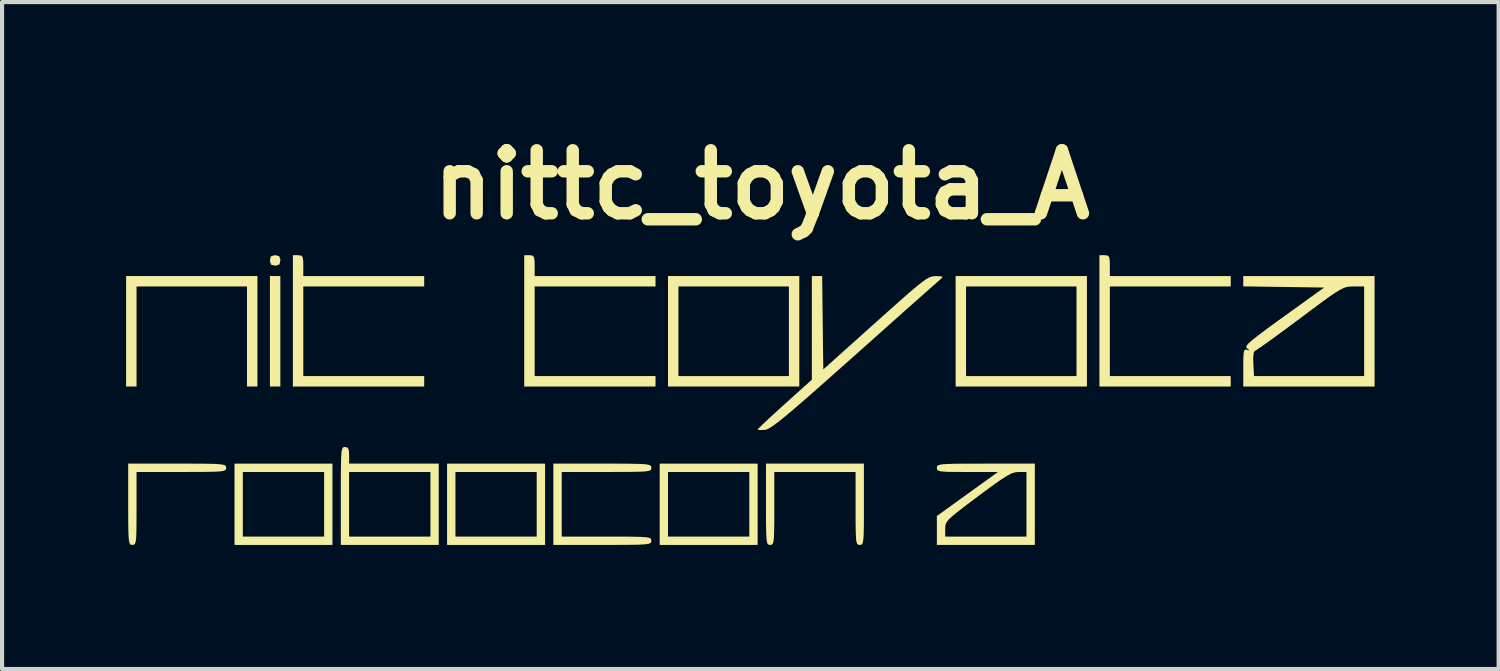
<source format=kicad_pcb>
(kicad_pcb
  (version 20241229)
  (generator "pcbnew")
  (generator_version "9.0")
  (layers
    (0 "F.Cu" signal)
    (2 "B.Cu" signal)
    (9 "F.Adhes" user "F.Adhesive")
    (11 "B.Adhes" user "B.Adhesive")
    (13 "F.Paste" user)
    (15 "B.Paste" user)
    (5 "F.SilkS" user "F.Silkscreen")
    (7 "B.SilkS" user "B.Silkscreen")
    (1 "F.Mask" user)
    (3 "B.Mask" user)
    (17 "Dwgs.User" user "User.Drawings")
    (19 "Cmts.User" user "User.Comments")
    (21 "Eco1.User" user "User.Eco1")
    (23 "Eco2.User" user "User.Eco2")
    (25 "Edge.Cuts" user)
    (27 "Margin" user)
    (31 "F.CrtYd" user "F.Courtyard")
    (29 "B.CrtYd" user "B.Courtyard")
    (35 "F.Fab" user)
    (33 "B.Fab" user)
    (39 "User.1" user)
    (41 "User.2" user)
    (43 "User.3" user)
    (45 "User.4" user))
  (footprint "nittc_toyota_A"
    (layer "F.Cu")
    (at 15.371 6.498)
    (property "Reference" "nittc_toyota_A" (at 0 -5.08 0) (layer "F.SilkS") (effects (font (size 1.524 1.524) (thickness 0.3))))
    (attr board_only exclude_from_pos_files exclude_from_bom)
    (fp_poly (pts (xy -11.642 -0.202) (xy -11.894 -0.202) (xy -11.894 -2.873) (xy -11.642 -2.873)) (stroke (width 0) (type solid)) (fill yes) (layer "F.SilkS"))
    (fp_poly (pts (xy -12.196 -0.202) (xy -12.448 -0.202) (xy -12.448 -2.621) (xy -15.119 -2.621) (xy -15.119 -0.202) (xy -15.371 -0.202) (xy -15.371 -2.873) (xy -12.196 -2.873)) (stroke (width 0) (type solid)) (fill yes) (layer "F.SilkS"))
    (fp_poly (pts (xy -10.382 3.629) (xy -12.75 3.629) (xy -12.75 3.427) (xy -12.549 3.427) (xy -10.583 3.427) (xy -10.583 1.865) (xy -12.549 1.865) (xy -12.549 3.427) (xy -12.75 3.427) (xy -12.75 1.663) (xy -10.382 1.663)) (stroke (width 0) (type solid)) (fill yes) (layer "F.SilkS"))
    (fp_poly (pts (xy -5.241 3.629) (xy -7.61 3.629) (xy -7.61 3.427) (xy -7.408 3.427) (xy -5.443 3.427) (xy -5.443 1.865) (xy -7.408 1.865) (xy -7.408 3.427) (xy -7.61 3.427) (xy -7.61 1.663) (xy -5.241 1.663)) (stroke (width 0) (type solid)) (fill yes) (layer "F.SilkS"))
    (fp_poly (pts (xy -0.101 3.629) (xy -2.469 3.629) (xy -2.469 3.427) (xy -2.268 3.427) (xy -0.302 3.427) (xy -0.302 1.865) (xy -2.268 1.865) (xy -2.268 3.427) (xy -2.469 3.427) (xy -2.469 1.663) (xy -0.101 1.663)) (stroke (width 0) (type solid)) (fill yes) (layer "F.SilkS"))
    (fp_poly (pts (xy 0.907 -0.202) (xy -2.268 -0.202) (xy -2.268 -0.454) (xy -2.016 -0.454) (xy 0.655 -0.454) (xy 0.655 -2.621) (xy -2.016 -2.621) (xy -2.016 -0.454) (xy -2.268 -0.454) (xy -2.268 -2.873) (xy 0.907 -2.873)) (stroke (width 0) (type solid)) (fill yes) (layer "F.SilkS"))
    (fp_poly (pts (xy 7.862 -0.202) (xy 4.687 -0.202) (xy 4.687 -0.454) (xy 4.939 -0.454) (xy 7.61 -0.454) (xy 7.61 -2.621) (xy 4.939 -2.621) (xy 4.939 -0.454) (xy 4.687 -0.454) (xy 4.687 -2.873) (xy 7.862 -2.873)) (stroke (width 0) (type solid)) (fill yes) (layer "F.SilkS"))
    (fp_poly (pts (xy -11.672 -3.356) (xy -11.642 -3.274) (xy -11.642 -3.251) (xy -11.662 -3.155) (xy -11.744 -3.125) (xy -11.768 -3.125) (xy -11.864 -3.145) (xy -11.893 -3.227) (xy -11.894 -3.251) (xy -11.873 -3.347) (xy -11.791 -3.376) (xy -11.768 -3.377)) (stroke (width 0) (type solid)) (fill yes) (layer "F.SilkS"))
    (fp_poly (pts (xy -11.139 -3.368) (xy -11.101 -3.327) (xy -11.088 -3.226) (xy -11.087 -3.125) (xy -11.087 -2.873) (xy -8.164 -2.873) (xy -8.164 -2.621) (xy -11.087 -2.621) (xy -11.087 -0.454) (xy -8.164 -0.454) (xy -8.164 -0.202) (xy -11.339 -0.202) (xy -11.339 -3.377) (xy -11.213 -3.377)) (stroke (width 0) (type solid)) (fill yes) (layer "F.SilkS"))
    (fp_poly (pts (xy -5.544 -3.368) (xy -5.507 -3.327) (xy -5.494 -3.226) (xy -5.493 -3.125) (xy -5.493 -2.873) (xy -2.57 -2.873) (xy -2.57 -2.621) (xy -5.493 -2.621) (xy -5.493 -0.454) (xy -2.57 -0.454) (xy -2.57 -0.202) (xy -5.745 -0.202) (xy -5.745 -3.377) (xy -5.619 -3.377)) (stroke (width 0) (type solid)) (fill yes) (layer "F.SilkS"))
    (fp_poly (pts (xy 8.365 -3.368) (xy 8.402 -3.327) (xy 8.415 -3.226) (xy 8.416 -3.125) (xy 8.416 -2.873) (xy 11.339 -2.873) (xy 11.339 -2.621) (xy 8.416 -2.621) (xy 8.416 -0.454) (xy 11.339 -0.454) (xy 11.339 -0.202) (xy 8.164 -0.202) (xy 8.164 -3.377) (xy 8.29 -3.377)) (stroke (width 0) (type solid)) (fill yes) (layer "F.SilkS"))
    (fp_poly (pts (xy -10.013 1.277) (xy -9.984 1.345) (xy -9.979 1.462) (xy -9.979 1.663) (xy -7.812 1.663) (xy -7.812 3.629) (xy -10.18 3.629) (xy -10.18 3.427) (xy -9.979 3.427) (xy -8.013 3.427) (xy -8.013 1.865) (xy -9.979 1.865) (xy -9.979 3.427) (xy -10.18 3.427) (xy -10.18 2.444) (xy -10.18 2.069) (xy -10.178 1.783) (xy -10.174 1.574) (xy -10.167 1.429) (xy -10.156 1.338) (xy -10.139 1.287) (xy -10.116 1.265) (xy -10.085 1.26) (xy -10.079 1.26)) (stroke (width 0) (type solid)) (fill yes) (layer "F.SilkS"))
    (fp_poly (pts (xy -13.761 1.663) (xy -13.475 1.665) (xy -13.266 1.669) (xy -13.121 1.676) (xy -13.03 1.688) (xy -12.979 1.704) (xy -12.957 1.728) (xy -12.952 1.758) (xy -12.952 1.764) (xy -12.956 1.797) (xy -12.975 1.822) (xy -13.023 1.84) (xy -13.112 1.852) (xy -13.255 1.859) (xy -13.463 1.863) (xy -13.75 1.864) (xy -14.036 1.865) (xy -15.119 1.865) (xy -15.119 2.747) (xy -15.12 3.064) (xy -15.122 3.294) (xy -15.128 3.452) (xy -15.14 3.55) (xy -15.158 3.603) (xy -15.185 3.625) (xy -15.22 3.629) (xy -15.254 3.625) (xy -15.28 3.604) (xy -15.298 3.553) (xy -15.31 3.459) (xy -15.317 3.308) (xy -15.32 3.089) (xy -15.321 2.786) (xy -15.321 2.646) (xy -15.321 1.663) (xy -14.136 1.663)) (stroke (width 0) (type solid)) (fill yes) (layer "F.SilkS"))
    (fp_poly (pts (xy 2.469 2.646) (xy 2.469 2.983) (xy 2.467 3.233) (xy 2.462 3.409) (xy 2.452 3.523) (xy 2.437 3.588) (xy 2.414 3.619) (xy 2.383 3.628) (xy 2.369 3.629) (xy 2.332 3.624) (xy 2.306 3.602) (xy 2.288 3.547) (xy 2.277 3.447) (xy 2.271 3.288) (xy 2.268 3.054) (xy 2.268 2.747) (xy 2.268 1.865) (xy 0.302 1.865) (xy 0.302 2.747) (xy 0.302 3.064) (xy 0.299 3.294) (xy 0.293 3.452) (xy 0.282 3.55) (xy 0.263 3.603) (xy 0.237 3.625) (xy 0.202 3.629) (xy 0.167 3.625) (xy 0.141 3.604) (xy 0.123 3.553) (xy 0.112 3.459) (xy 0.105 3.308) (xy 0.102 3.089) (xy 0.101 2.786) (xy 0.101 2.646) (xy 0.101 1.663) (xy 2.469 1.663)) (stroke (width 0) (type solid)) (fill yes) (layer "F.SilkS"))
    (fp_poly (pts (xy -3.48 1.663) (xy -3.194 1.665) (xy -2.985 1.669) (xy -2.84 1.676) (xy -2.749 1.688) (xy -2.698 1.704) (xy -2.676 1.728) (xy -2.671 1.758) (xy -2.671 1.764) (xy -2.675 1.797) (xy -2.694 1.822) (xy -2.742 1.84) (xy -2.831 1.852) (xy -2.974 1.859) (xy -3.182 1.863) (xy -3.469 1.864) (xy -3.755 1.865) (xy -4.838 1.865) (xy -4.838 3.427) (xy -3.755 3.427) (xy -3.398 3.427) (xy -3.13 3.429) (xy -2.937 3.434) (xy -2.807 3.442) (xy -2.729 3.455) (xy -2.688 3.475) (xy -2.673 3.501) (xy -2.671 3.528) (xy -2.675 3.56) (xy -2.693 3.584) (xy -2.739 3.602) (xy -2.823 3.614) (xy -2.959 3.622) (xy -3.157 3.626) (xy -3.431 3.628) (xy -3.791 3.629) (xy -3.855 3.629) (xy -5.04 3.629) (xy -5.04 1.663) (xy -3.855 1.663)) (stroke (width 0) (type solid)) (fill yes) (layer "F.SilkS"))
    (fp_poly (pts (xy 6.602 3.629) (xy 4.233 3.629) (xy 4.233 3.427) (xy 4.435 3.427) (xy 6.4 3.427) (xy 6.4 1.865) (xy 6.208 1.865) (xy 6.131 1.872) (xy 6.047 1.897) (xy 5.942 1.95) (xy 5.803 2.037) (xy 5.617 2.167) (xy 5.371 2.347) (xy 5.225 2.456) (xy 4.954 2.659) (xy 4.754 2.813) (xy 4.613 2.927) (xy 4.521 3.013) (xy 4.468 3.08) (xy 4.443 3.139) (xy 4.435 3.201) (xy 4.435 3.237) (xy 4.435 3.427) (xy 4.233 3.427) (xy 4.233 2.93) (xy 4.972 2.397) (xy 5.711 1.865) (xy 4.972 1.865) (xy 4.686 1.864) (xy 4.484 1.861) (xy 4.354 1.852) (xy 4.279 1.837) (xy 4.244 1.813) (xy 4.234 1.778) (xy 4.233 1.764) (xy 4.237 1.732) (xy 4.255 1.708) (xy 4.301 1.69) (xy 4.385 1.678) (xy 4.521 1.67) (xy 4.719 1.665) (xy 4.993 1.664) (xy 5.353 1.663) (xy 5.418 1.663) (xy 6.602 1.663)) (stroke (width 0) (type solid)) (fill yes) (layer "F.SilkS"))
    (fp_poly (pts (xy 1.473 -1.744) (xy 1.487 -0.615) (xy 2.746 -1.744) (xy 3.088 -2.05) (xy 3.364 -2.295) (xy 3.582 -2.486) (xy 3.752 -2.629) (xy 3.882 -2.732) (xy 3.98 -2.801) (xy 4.056 -2.842) (xy 4.118 -2.863) (xy 4.175 -2.871) (xy 4.208 -2.871) (xy 4.333 -2.867) (xy 4.372 -2.851) (xy 4.338 -2.81) (xy 4.306 -2.783) (xy 4.25 -2.733) (xy 4.125 -2.623) (xy 3.94 -2.459) (xy 3.702 -2.248) (xy 3.419 -1.997) (xy 3.098 -1.711) (xy 2.746 -1.397) (xy 2.371 -1.063) (xy 2.224 -0.932) (xy 1.777 -0.535) (xy 1.399 -0.2) (xy 1.084 0.077) (xy 0.824 0.302) (xy 0.614 0.48) (xy 0.448 0.616) (xy 0.318 0.715) (xy 0.22 0.783) (xy 0.147 0.824) (xy 0.093 0.844) (xy 0.072 0.847) (xy -0.043 0.851) (xy -0.1 0.841) (xy -0.101 0.838) (xy -0.065 0.798) (xy 0.034 0.702) (xy 0.183 0.561) (xy 0.372 0.388) (xy 0.554 0.223) (xy 1.21 -0.367) (xy 1.21 -2.873) (xy 1.46 -2.873)) (stroke (width 0) (type solid)) (fill yes) (layer "F.SilkS"))
    (fp_poly (pts (xy 14.817 -0.202) (xy 11.642 -0.202) (xy 11.642 -0.661) (xy 11.643 -0.877) (xy 11.644 -0.894) (xy 11.883 -0.894) (xy 11.886 -0.756) (xy 11.903 -0.454) (xy 14.565 -0.454) (xy 14.565 -2.621) (xy 14.305 -2.621) (xy 14.224 -2.619) (xy 14.151 -2.61) (xy 14.074 -2.586) (xy 13.982 -2.541) (xy 13.863 -2.468) (xy 13.705 -2.36) (xy 13.498 -2.209) (xy 13.23 -2.01) (xy 13.002 -1.839) (xy 12.719 -1.629) (xy 12.462 -1.44) (xy 12.241 -1.28) (xy 12.069 -1.158) (xy 11.956 -1.082) (xy 11.914 -1.058) (xy 11.893 -1.013) (xy 11.883 -0.894) (xy 11.644 -0.894) (xy 11.651 -1.01) (xy 11.668 -1.077) (xy 11.698 -1.096) (xy 11.73 -1.089) (xy 11.79 -1.071) (xy 11.767 -1.097) (xy 11.733 -1.124) (xy 11.714 -1.151) (xy 11.722 -1.188) (xy 11.767 -1.243) (xy 11.857 -1.323) (xy 12 -1.436) (xy 12.204 -1.589) (xy 12.479 -1.79) (xy 12.623 -1.893) (xy 13.597 -2.595) (xy 12.619 -2.609) (xy 11.642 -2.623) (xy 11.642 -2.873) (xy 14.817 -2.873)) (stroke (width 0) (type solid)) (fill yes) (layer "F.SilkS")))
  (gr_rect
    (start -3 -3)
    (end 33.188 13.127)
    (stroke (width 0.1) (type default))
    (fill no)
    (layer "Edge.Cuts")))
</source>
